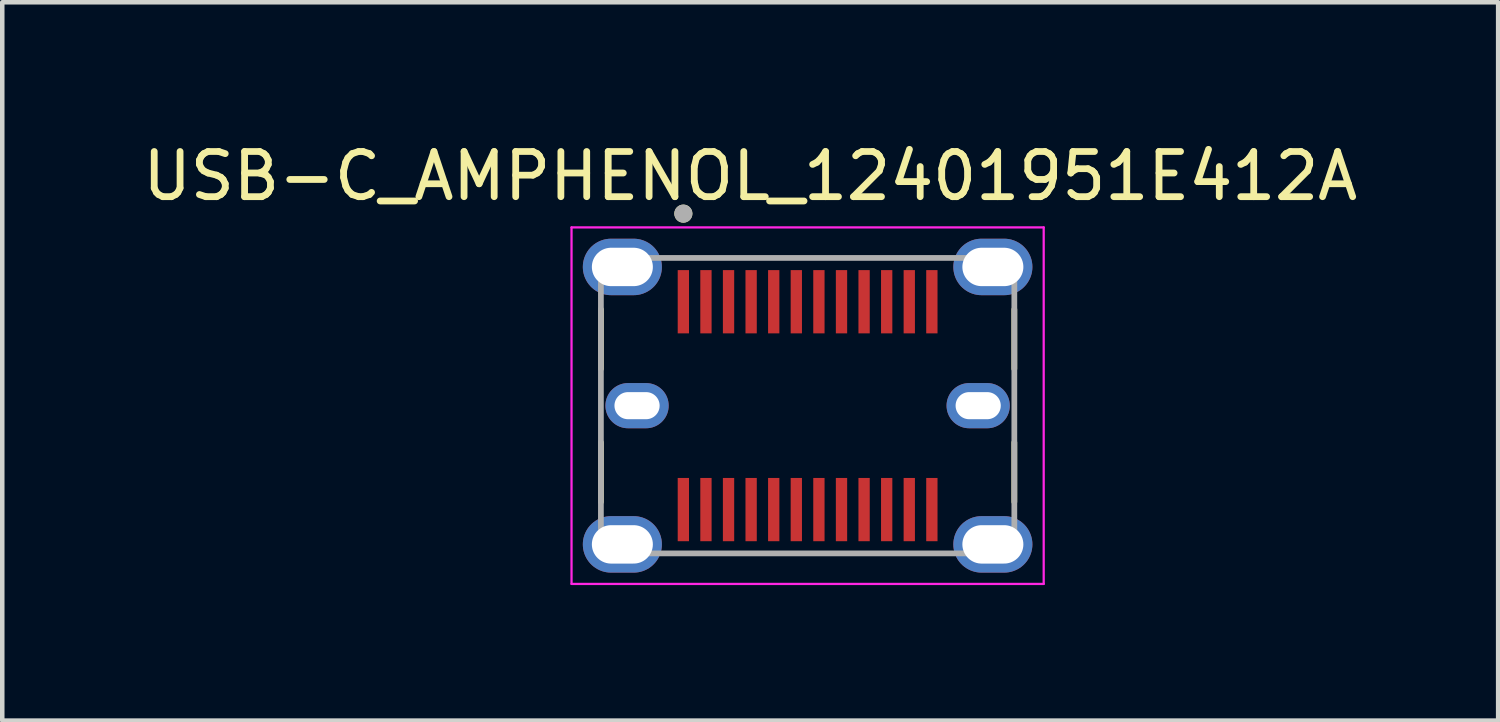
<source format=kicad_pcb>
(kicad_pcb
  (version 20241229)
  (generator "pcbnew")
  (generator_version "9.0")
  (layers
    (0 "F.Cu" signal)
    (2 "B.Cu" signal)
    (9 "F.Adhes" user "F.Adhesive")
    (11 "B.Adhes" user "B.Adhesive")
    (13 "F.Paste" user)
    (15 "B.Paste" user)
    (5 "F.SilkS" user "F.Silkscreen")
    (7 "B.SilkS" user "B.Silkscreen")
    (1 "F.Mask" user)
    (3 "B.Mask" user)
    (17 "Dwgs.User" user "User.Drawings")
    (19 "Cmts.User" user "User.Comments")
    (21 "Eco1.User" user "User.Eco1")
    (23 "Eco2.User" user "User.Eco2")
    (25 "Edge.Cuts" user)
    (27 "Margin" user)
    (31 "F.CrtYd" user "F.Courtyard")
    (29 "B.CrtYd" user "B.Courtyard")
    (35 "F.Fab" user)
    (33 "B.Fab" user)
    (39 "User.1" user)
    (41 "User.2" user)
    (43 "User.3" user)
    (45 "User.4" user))
  (footprint "USB-C_AMPHENOL_12401951E412A"
    (layer "F.Cu")
    (at 14.824 5.928)
    (property "Reference" "USB-C_AMPHENOL_12401951E412A" (at -1.27 -5.08 0) (layer "F.SilkS") (effects (font (size 1 1) (thickness 0.15))))
    (attr smd)
    (fp_line (start -4.575 -0.814) (end -4.575 -2.131) (stroke (width 0.127) (type solid)) (layer "F.SilkS"))
    (fp_line (start -4.575 0.814) (end -4.575 2.131) (stroke (width 0.127) (type solid)) (layer "F.SilkS"))
    (fp_line (start 4.575 -0.814) (end 4.575 -2.131) (stroke (width 0.127) (type solid)) (layer "F.SilkS"))
    (fp_line (start 4.575 0.814) (end 4.575 2.131) (stroke (width 0.127) (type solid)) (layer "F.SilkS"))
    (fp_circle (center -2.75 -4.25) (end -2.65 -4.25) (stroke (width 0.2) (type solid)) (fill no) (layer "F.SilkS"))
    (fp_line (start -5.225 -3.945) (end -5.225 3.945) (stroke (width 0.05) (type solid)) (layer "F.CrtYd"))
    (fp_line (start -5.225 3.945) (end 5.225 3.945) (stroke (width 0.05) (type solid)) (layer "F.CrtYd"))
    (fp_line (start 5.225 -3.945) (end -5.225 -3.945) (stroke (width 0.05) (type solid)) (layer "F.CrtYd"))
    (fp_line (start 5.225 3.945) (end 5.225 -3.945) (stroke (width 0.05) (type solid)) (layer "F.CrtYd"))
    (fp_line (start -4.575 -3.27) (end 4.575 -3.27) (stroke (width 0.127) (type solid)) (layer "F.Fab"))
    (fp_line (start -4.575 3.27) (end -4.575 -3.27) (stroke (width 0.127) (type solid)) (layer "F.Fab"))
    (fp_line (start 4.575 -3.27) (end 4.575 3.27) (stroke (width 0.127) (type solid)) (layer "F.Fab"))
    (fp_line (start 4.575 3.27) (end -4.575 3.27) (stroke (width 0.127) (type solid)) (layer "F.Fab"))
    (fp_circle (center -2.75 -4.25) (end -2.65 -4.25) (stroke (width 0.2) (type solid)) (fill no) (layer "F.Fab"))
    (pad "A1" smd rect (at -2.75 -2.3) (size 0.25 1.4) (layers "F.Cu" "F.Mask" "F.Paste"))
    (pad "A2" smd rect (at -2.25 -2.3) (size 0.25 1.4) (layers "F.Cu" "F.Mask" "F.Paste"))
    (pad "A3" smd rect (at -1.75 -2.3) (size 0.25 1.4) (layers "F.Cu" "F.Mask" "F.Paste"))
    (pad "A4" smd rect (at -1.25 -2.3) (size 0.25 1.4) (layers "F.Cu" "F.Mask" "F.Paste"))
    (pad "A5" smd rect (at -0.75 -2.3) (size 0.25 1.4) (layers "F.Cu" "F.Mask" "F.Paste"))
    (pad "A6" smd rect (at -0.25 -2.3) (size 0.25 1.4) (layers "F.Cu" "F.Mask" "F.Paste"))
    (pad "A7" smd rect (at 0.25 -2.3) (size 0.25 1.4) (layers "F.Cu" "F.Mask" "F.Paste"))
    (pad "A8" smd rect (at 0.75 -2.3) (size 0.25 1.4) (layers "F.Cu" "F.Mask" "F.Paste"))
    (pad "A9" smd rect (at 1.25 -2.3) (size 0.25 1.4) (layers "F.Cu" "F.Mask" "F.Paste"))
    (pad "A10" smd rect (at 1.75 -2.3) (size 0.25 1.4) (layers "F.Cu" "F.Mask" "F.Paste"))
    (pad "A11" smd rect (at 2.25 -2.3) (size 0.25 1.4) (layers "F.Cu" "F.Mask" "F.Paste"))
    (pad "A12" smd rect (at 2.75 -2.3) (size 0.25 1.4) (layers "F.Cu" "F.Mask" "F.Paste"))
    (pad "B1" smd rect (at 2.75 2.3) (size 0.25 1.4) (layers "F.Cu" "F.Mask" "F.Paste"))
    (pad "B2" smd rect (at 2.25 2.3) (size 0.25 1.4) (layers "F.Cu" "F.Mask" "F.Paste"))
    (pad "B3" smd rect (at 1.75 2.3) (size 0.25 1.4) (layers "F.Cu" "F.Mask" "F.Paste"))
    (pad "B4" smd rect (at 1.25 2.3) (size 0.25 1.4) (layers "F.Cu" "F.Mask" "F.Paste"))
    (pad "B5" smd rect (at 0.75 2.3) (size 0.25 1.4) (layers "F.Cu" "F.Mask" "F.Paste"))
    (pad "B6" smd rect (at 0.25 2.3) (size 0.25 1.4) (layers "F.Cu" "F.Mask" "F.Paste"))
    (pad "B7" smd rect (at -0.25 2.3) (size 0.25 1.4) (layers "F.Cu" "F.Mask" "F.Paste"))
    (pad "B8" smd rect (at -0.75 2.3) (size 0.25 1.4) (layers "F.Cu" "F.Mask" "F.Paste"))
    (pad "B9" smd rect (at -1.25 2.3) (size 0.25 1.4) (layers "F.Cu" "F.Mask" "F.Paste"))
    (pad "B10" smd rect (at -1.75 2.3) (size 0.25 1.4) (layers "F.Cu" "F.Mask" "F.Paste"))
    (pad "B11" smd rect (at -2.25 2.3) (size 0.25 1.4) (layers "F.Cu" "F.Mask" "F.Paste"))
    (pad "B12" smd rect (at -2.75 2.3) (size 0.25 1.4) (layers "F.Cu" "F.Mask" "F.Paste"))
    (pad "S1" thru_hole oval (at -4.1 -3.07) (size 1.75 1.25) (drill oval 1.35 0.85) (layers "*.Cu" "*.Mask"))
    (pad "S1" thru_hole oval (at -4.1 3.07) (size 1.75 1.25) (drill oval 1.35 0.85) (layers "*.Cu" "*.Mask"))
    (pad "S1" thru_hole oval (at -3.775 0) (size 1.4 1) (drill oval 1 0.6) (layers "*.Cu" "*.Mask"))
    (pad "S1" thru_hole oval (at 3.775 0) (size 1.4 1) (drill oval 1 0.6) (layers "*.Cu" "*.Mask"))
    (pad "S1" thru_hole oval (at 4.1 -3.07) (size 1.75 1.25) (drill oval 1.35 0.85) (layers "*.Cu" "*.Mask"))
    (pad "S1" thru_hole oval (at 4.1 3.07) (size 1.75 1.25) (drill oval 1.35 0.85) (layers "*.Cu" "*.Mask")))
  (gr_rect
    (start -3 -3)
    (end 30.107 12.898)
    (stroke (width 0.1) (type default))
    (fill no)
    (layer "Edge.Cuts")))
</source>
